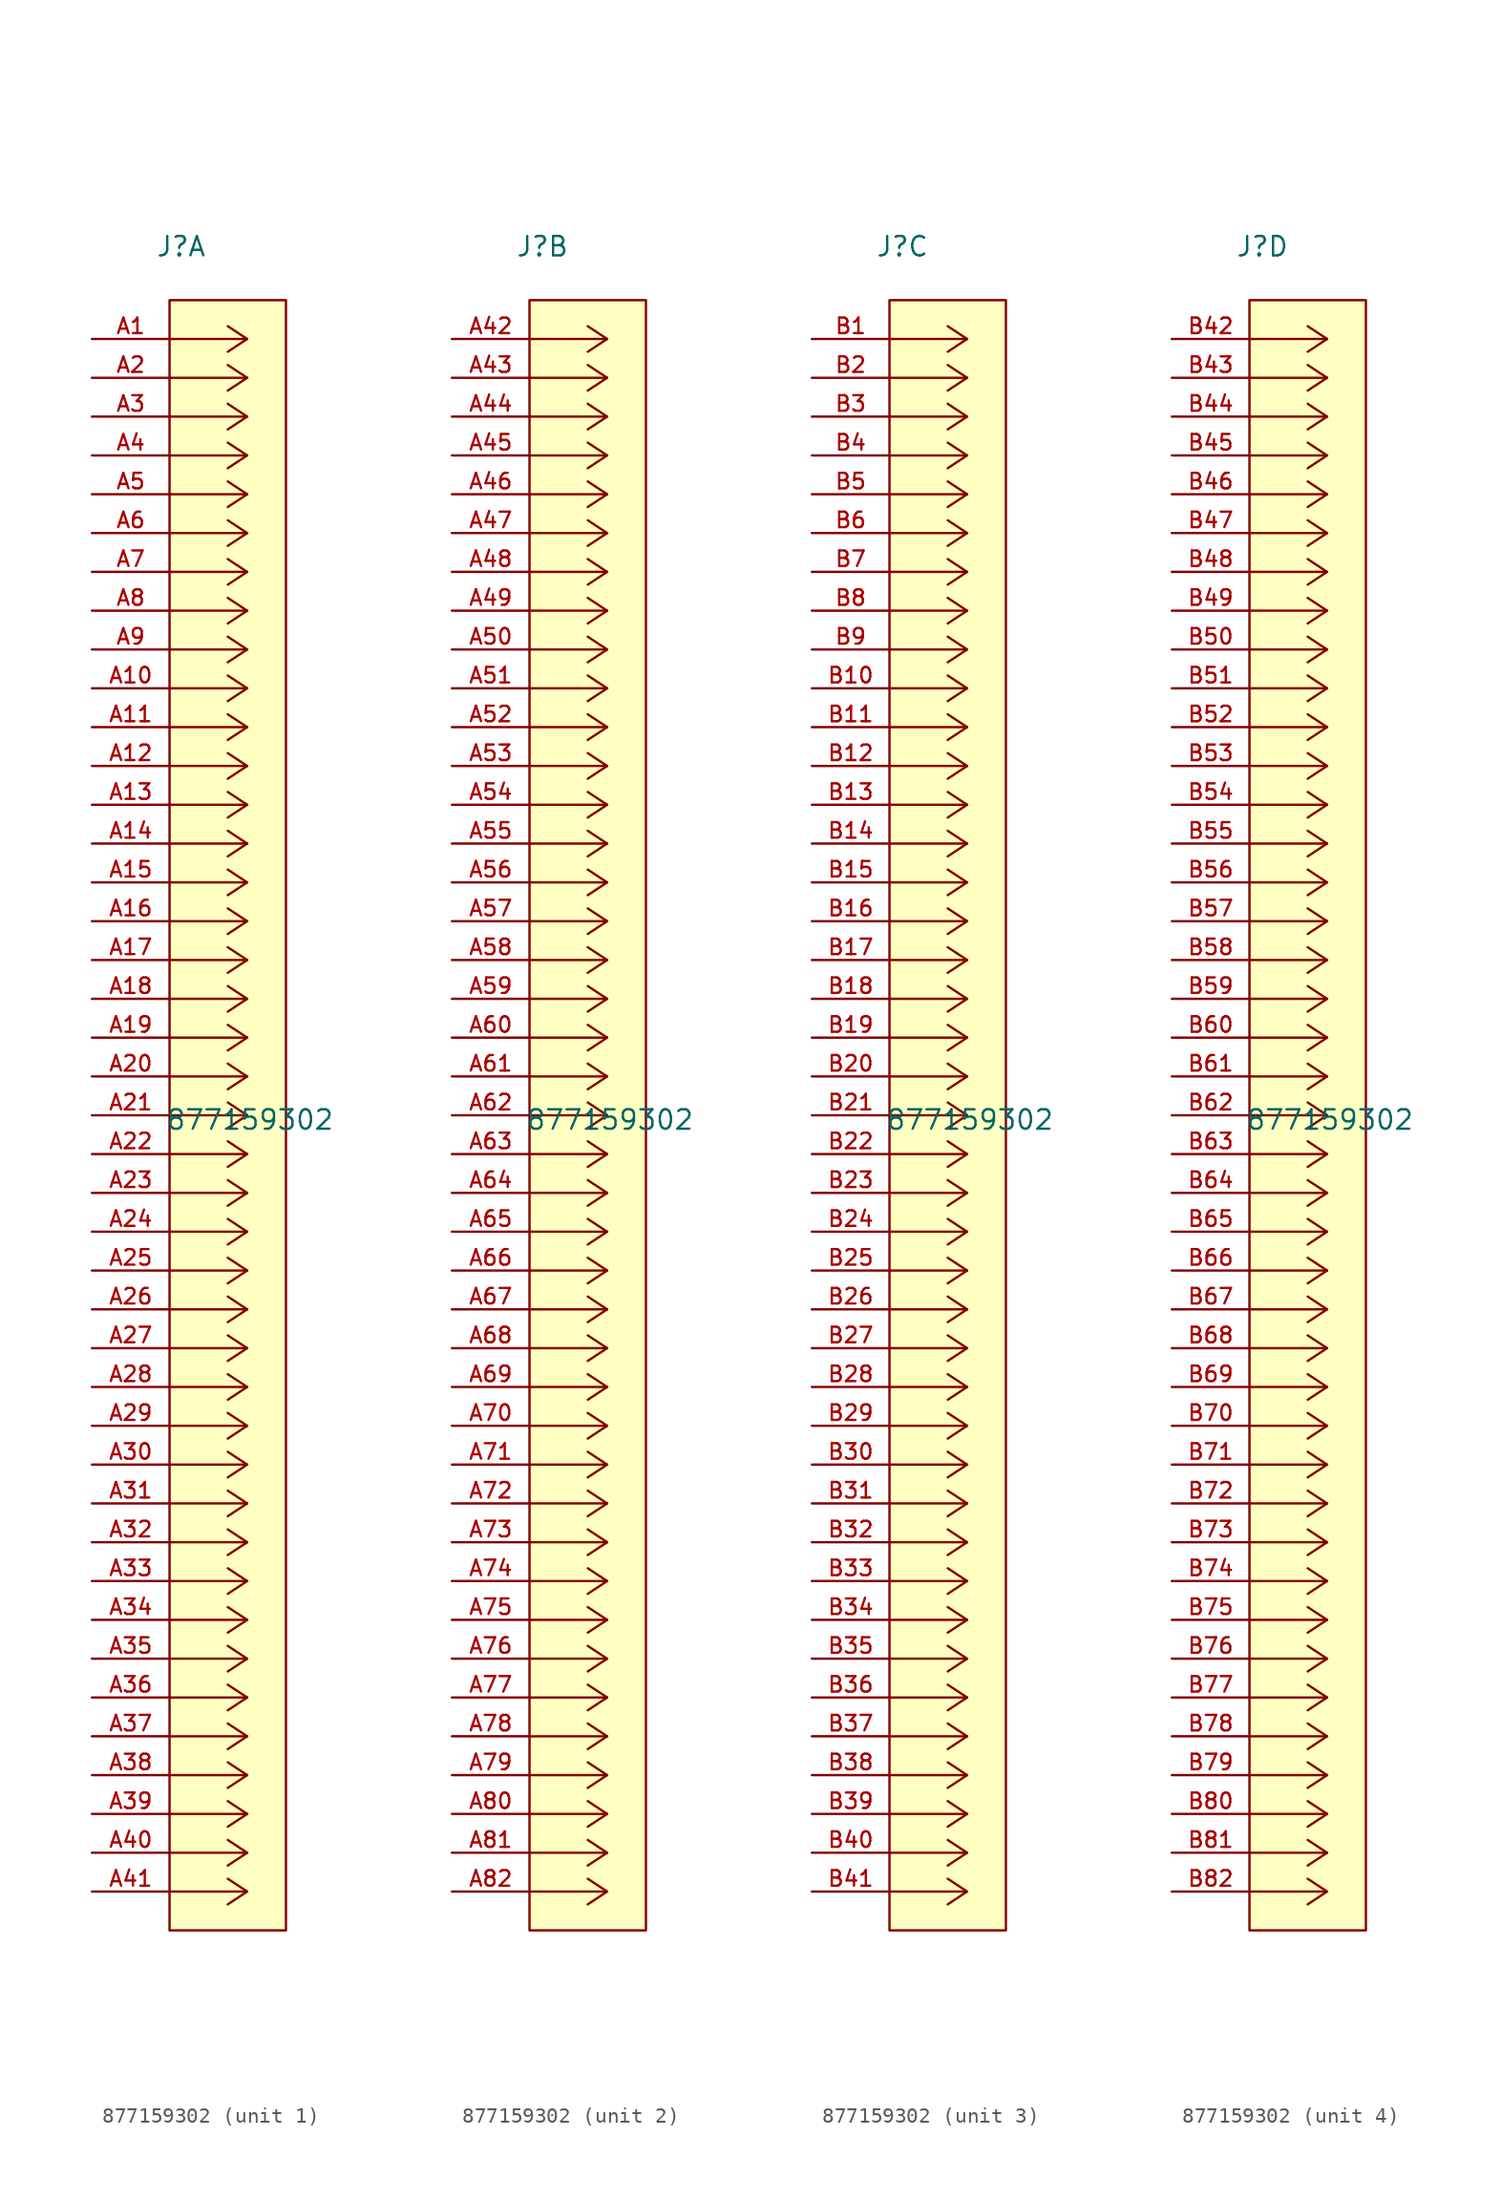
<source format=kicad_sym>
(kicad_symbol_lib
  (version 20211014)
  (generator kicad_symbol_editor)
  (symbol "877159302"
    (pin_names
      (offset 1.016))
    (property "Reference" "J"
      (at 4.166 5.309 0.0)
      (effects (font (size 1.27 1.27)) (justify bottom left)))
    (property "Value" "877159302"
      (at 4.801 -51.841 0.0)
      (effects (font (size 1.27 1.27)) (justify bottom left)))
    (symbol "877159302_1_0"
      (polyline (pts (xy 10.16 0.0) (xy 5.08 0.0)) (stroke (width 0.152)))
      (polyline (pts (xy 10.16 -2.54) (xy 5.08 -2.54)) (stroke (width 0.152)))
      (polyline (pts (xy 10.16 -5.08) (xy 5.08 -5.08)) (stroke (width 0.152)))
      (polyline (pts (xy 10.16 -7.62) (xy 5.08 -7.62)) (stroke (width 0.152)))
      (polyline (pts (xy 10.16 -10.16) (xy 5.08 -10.16)) (stroke (width 0.152)))
      (polyline (pts (xy 10.16 -12.7) (xy 5.08 -12.7)) (stroke (width 0.152)))
      (polyline (pts (xy 10.16 -15.24) (xy 5.08 -15.24)) (stroke (width 0.152)))
      (polyline (pts (xy 10.16 -17.78) (xy 5.08 -17.78)) (stroke (width 0.152)))
      (polyline (pts (xy 10.16 -20.32) (xy 5.08 -20.32)) (stroke (width 0.152)))
      (polyline (pts (xy 10.16 -22.86) (xy 5.08 -22.86)) (stroke (width 0.152)))
      (polyline (pts (xy 10.16 -25.4) (xy 5.08 -25.4)) (stroke (width 0.152)))
      (polyline (pts (xy 10.16 -27.94) (xy 5.08 -27.94)) (stroke (width 0.152)))
      (polyline (pts (xy 10.16 -30.48) (xy 5.08 -30.48)) (stroke (width 0.152)))
      (polyline (pts (xy 10.16 -33.02) (xy 5.08 -33.02)) (stroke (width 0.152)))
      (polyline (pts (xy 10.16 -35.56) (xy 5.08 -35.56)) (stroke (width 0.152)))
      (polyline (pts (xy 10.16 -38.1) (xy 5.08 -38.1)) (stroke (width 0.152)))
      (polyline (pts (xy 10.16 -40.64) (xy 5.08 -40.64)) (stroke (width 0.152)))
      (polyline (pts (xy 10.16 -43.18) (xy 5.08 -43.18)) (stroke (width 0.152)))
      (polyline (pts (xy 10.16 -45.72) (xy 5.08 -45.72)) (stroke (width 0.152)))
      (polyline (pts (xy 10.16 -48.26) (xy 5.08 -48.26)) (stroke (width 0.152)))
      (polyline (pts (xy 10.16 -50.8) (xy 5.08 -50.8)) (stroke (width 0.152)))
      (polyline (pts (xy 10.16 -53.34) (xy 5.08 -53.34)) (stroke (width 0.152)))
      (polyline (pts (xy 10.16 -55.88) (xy 5.08 -55.88)) (stroke (width 0.152)))
      (polyline (pts (xy 10.16 -58.42) (xy 5.08 -58.42)) (stroke (width 0.152)))
      (polyline (pts (xy 10.16 -60.96) (xy 5.08 -60.96)) (stroke (width 0.152)))
      (polyline (pts (xy 10.16 -63.5) (xy 5.08 -63.5)) (stroke (width 0.152)))
      (polyline (pts (xy 10.16 -66.04) (xy 5.08 -66.04)) (stroke (width 0.152)))
      (polyline (pts (xy 10.16 -68.58) (xy 5.08 -68.58)) (stroke (width 0.152)))
      (polyline (pts (xy 10.16 -71.12) (xy 5.08 -71.12)) (stroke (width 0.152)))
      (polyline (pts (xy 10.16 -73.66) (xy 5.08 -73.66)) (stroke (width 0.152)))
      (polyline (pts (xy 10.16 -76.2) (xy 5.08 -76.2)) (stroke (width 0.152)))
      (polyline (pts (xy 10.16 -78.74) (xy 5.08 -78.74)) (stroke (width 0.152)))
      (polyline (pts (xy 10.16 -81.28) (xy 5.08 -81.28)) (stroke (width 0.152)))
      (polyline (pts (xy 10.16 -83.82) (xy 5.08 -83.82)) (stroke (width 0.152)))
      (polyline (pts (xy 10.16 -86.36) (xy 5.08 -86.36)) (stroke (width 0.152)))
      (polyline (pts (xy 10.16 -88.9) (xy 5.08 -88.9)) (stroke (width 0.152)))
      (polyline (pts (xy 10.16 -91.44) (xy 5.08 -91.44)) (stroke (width 0.152)))
      (polyline (pts (xy 10.16 -93.98) (xy 5.08 -93.98)) (stroke (width 0.152)))
      (polyline (pts (xy 10.16 -96.52) (xy 5.08 -96.52)) (stroke (width 0.152)))
      (polyline (pts (xy 10.16 -99.06) (xy 5.08 -99.06)) (stroke (width 0.152)))
      (polyline (pts (xy 10.16 -101.6) (xy 5.08 -101.6)) (stroke (width 0.152)))
      (polyline (pts (xy 10.16 0.0) (xy 8.89 0.838)) (stroke (width 0.152)))
      (polyline (pts (xy 10.16 -2.54) (xy 8.89 -1.702)) (stroke (width 0.152)))
      (polyline (pts (xy 10.16 -5.08) (xy 8.89 -4.242)) (stroke (width 0.152)))
      (polyline (pts (xy 10.16 -7.62) (xy 8.89 -6.782)) (stroke (width 0.152)))
      (polyline (pts (xy 10.16 -10.16) (xy 8.89 -9.322)) (stroke (width 0.152)))
      (polyline (pts (xy 10.16 -12.7) (xy 8.89 -11.862)) (stroke (width 0.152)))
      (polyline (pts (xy 10.16 -15.24) (xy 8.89 -14.402)) (stroke (width 0.152)))
      (polyline (pts (xy 10.16 -17.78) (xy 8.89 -16.942)) (stroke (width 0.152)))
      (polyline (pts (xy 10.16 -20.32) (xy 8.89 -19.482)) (stroke (width 0.152)))
      (polyline (pts (xy 10.16 -22.86) (xy 8.89 -22.022)) (stroke (width 0.152)))
      (polyline (pts (xy 10.16 -25.4) (xy 8.89 -24.562)) (stroke (width 0.152)))
      (polyline (pts (xy 10.16 -27.94) (xy 8.89 -27.102)) (stroke (width 0.152)))
      (polyline (pts (xy 10.16 -30.48) (xy 8.89 -29.642)) (stroke (width 0.152)))
      (polyline (pts (xy 10.16 -33.02) (xy 8.89 -32.182)) (stroke (width 0.152)))
      (polyline (pts (xy 10.16 -35.56) (xy 8.89 -34.722)) (stroke (width 0.152)))
      (polyline (pts (xy 10.16 -38.1) (xy 8.89 -37.262)) (stroke (width 0.152)))
      (polyline (pts (xy 10.16 -40.64) (xy 8.89 -39.802)) (stroke (width 0.152)))
      (polyline (pts (xy 10.16 -43.18) (xy 8.89 -42.342)) (stroke (width 0.152)))
      (polyline (pts (xy 10.16 -45.72) (xy 8.89 -44.882)) (stroke (width 0.152)))
      (polyline (pts (xy 10.16 -48.26) (xy 8.89 -47.422)) (stroke (width 0.152)))
      (polyline (pts (xy 10.16 -50.8) (xy 8.89 -49.962)) (stroke (width 0.152)))
      (polyline (pts (xy 10.16 -53.34) (xy 8.89 -52.502)) (stroke (width 0.152)))
      (polyline (pts (xy 10.16 -55.88) (xy 8.89 -55.042)) (stroke (width 0.152)))
      (polyline (pts (xy 10.16 -58.42) (xy 8.89 -57.582)) (stroke (width 0.152)))
      (polyline (pts (xy 10.16 -60.96) (xy 8.89 -60.122)) (stroke (width 0.152)))
      (polyline (pts (xy 10.16 -63.5) (xy 8.89 -62.662)) (stroke (width 0.152)))
      (polyline (pts (xy 10.16 -66.04) (xy 8.89 -65.202)) (stroke (width 0.152)))
      (polyline (pts (xy 10.16 -68.58) (xy 8.89 -67.742)) (stroke (width 0.152)))
      (polyline (pts (xy 10.16 -71.12) (xy 8.89 -70.282)) (stroke (width 0.152)))
      (polyline (pts (xy 10.16 -73.66) (xy 8.89 -72.822)) (stroke (width 0.152)))
      (polyline (pts (xy 10.16 -76.2) (xy 8.89 -75.362)) (stroke (width 0.152)))
      (polyline (pts (xy 10.16 -78.74) (xy 8.89 -77.902)) (stroke (width 0.152)))
      (polyline (pts (xy 10.16 -81.28) (xy 8.89 -80.442)) (stroke (width 0.152)))
      (polyline (pts (xy 10.16 -83.82) (xy 8.89 -82.982)) (stroke (width 0.152)))
      (polyline (pts (xy 10.16 -86.36) (xy 8.89 -85.522)) (stroke (width 0.152)))
      (polyline (pts (xy 10.16 -88.9) (xy 8.89 -88.062)) (stroke (width 0.152)))
      (polyline (pts (xy 10.16 -91.44) (xy 8.89 -90.602)) (stroke (width 0.152)))
      (polyline (pts (xy 10.16 -93.98) (xy 8.89 -93.142)) (stroke (width 0.152)))
      (polyline (pts (xy 10.16 -96.52) (xy 8.89 -95.682)) (stroke (width 0.152)))
      (polyline (pts (xy 10.16 -99.06) (xy 8.89 -98.222)) (stroke (width 0.152)))
      (polyline (pts (xy 10.16 -101.6) (xy 8.89 -100.762)) (stroke (width 0.152)))
      (polyline (pts (xy 10.16 0.0) (xy 8.89 -0.838)) (stroke (width 0.152)))
      (polyline (pts (xy 10.16 -2.54) (xy 8.89 -3.378)) (stroke (width 0.152)))
      (polyline (pts (xy 10.16 -5.08) (xy 8.89 -5.918)) (stroke (width 0.152)))
      (polyline (pts (xy 10.16 -7.62) (xy 8.89 -8.458)) (stroke (width 0.152)))
      (polyline (pts (xy 10.16 -10.16) (xy 8.89 -10.998)) (stroke (width 0.152)))
      (polyline (pts (xy 10.16 -12.7) (xy 8.89 -13.538)) (stroke (width 0.152)))
      (polyline (pts (xy 10.16 -15.24) (xy 8.89 -16.078)) (stroke (width 0.152)))
      (polyline (pts (xy 10.16 -17.78) (xy 8.89 -18.618)) (stroke (width 0.152)))
      (polyline (pts (xy 10.16 -20.32) (xy 8.89 -21.158)) (stroke (width 0.152)))
      (polyline (pts (xy 10.16 -22.86) (xy 8.89 -23.698)) (stroke (width 0.152)))
      (polyline (pts (xy 10.16 -25.4) (xy 8.89 -26.238)) (stroke (width 0.152)))
      (polyline (pts (xy 10.16 -27.94) (xy 8.89 -28.778)) (stroke (width 0.152)))
      (polyline (pts (xy 10.16 -30.48) (xy 8.89 -31.318)) (stroke (width 0.152)))
      (polyline (pts (xy 10.16 -33.02) (xy 8.89 -33.858)) (stroke (width 0.152)))
      (polyline (pts (xy 10.16 -35.56) (xy 8.89 -36.398)) (stroke (width 0.152)))
      (polyline (pts (xy 10.16 -38.1) (xy 8.89 -38.938)) (stroke (width 0.152)))
      (polyline (pts (xy 10.16 -40.64) (xy 8.89 -41.478)) (stroke (width 0.152)))
      (polyline (pts (xy 10.16 -43.18) (xy 8.89 -44.018)) (stroke (width 0.152)))
      (polyline (pts (xy 10.16 -45.72) (xy 8.89 -46.558)) (stroke (width 0.152)))
      (polyline (pts (xy 10.16 -48.26) (xy 8.89 -49.098)) (stroke (width 0.152)))
      (polyline (pts (xy 10.16 -50.8) (xy 8.89 -51.638)) (stroke (width 0.152)))
      (polyline (pts (xy 10.16 -53.34) (xy 8.89 -54.178)) (stroke (width 0.152)))
      (polyline (pts (xy 10.16 -55.88) (xy 8.89 -56.718)) (stroke (width 0.152)))
      (polyline (pts (xy 10.16 -58.42) (xy 8.89 -59.258)) (stroke (width 0.152)))
      (polyline (pts (xy 10.16 -60.96) (xy 8.89 -61.798)) (stroke (width 0.152)))
      (polyline (pts (xy 10.16 -63.5) (xy 8.89 -64.338)) (stroke (width 0.152)))
      (polyline (pts (xy 10.16 -66.04) (xy 8.89 -66.878)) (stroke (width 0.152)))
      (polyline (pts (xy 10.16 -68.58) (xy 8.89 -69.418)) (stroke (width 0.152)))
      (polyline (pts (xy 10.16 -71.12) (xy 8.89 -71.958)) (stroke (width 0.152)))
      (polyline (pts (xy 10.16 -73.66) (xy 8.89 -74.498)) (stroke (width 0.152)))
      (polyline (pts (xy 10.16 -76.2) (xy 8.89 -77.038)) (stroke (width 0.152)))
      (polyline (pts (xy 10.16 -78.74) (xy 8.89 -79.578)) (stroke (width 0.152)))
      (polyline (pts (xy 10.16 -81.28) (xy 8.89 -82.118)) (stroke (width 0.152)))
      (polyline (pts (xy 10.16 -83.82) (xy 8.89 -84.658)) (stroke (width 0.152)))
      (polyline (pts (xy 10.16 -86.36) (xy 8.89 -87.198)) (stroke (width 0.152)))
      (polyline (pts (xy 10.16 -88.9) (xy 8.89 -89.738)) (stroke (width 0.152)))
      (polyline (pts (xy 10.16 -91.44) (xy 8.89 -92.278)) (stroke (width 0.152)))
      (polyline (pts (xy 10.16 -93.98) (xy 8.89 -94.818)) (stroke (width 0.152)))
      (polyline (pts (xy 10.16 -96.52) (xy 8.89 -97.358)) (stroke (width 0.152)))
      (polyline (pts (xy 10.16 -99.06) (xy 8.89 -99.898)) (stroke (width 0.152)))
      (polyline (pts (xy 10.16 -101.6) (xy 8.89 -102.438)) (stroke (width 0.152)))
      (rectangle (start 5.08 -104.14) (end 12.7 2.54) (stroke (width 0.152)) (fill (type background)))
      (pin passive line (at 0.0 0.0 0) (length 5.08) (name "~" (effects (font (size 1.016 1.016)))) (number "A1" (effects (font (size 1.016 1.016)))))
      (pin passive line (at 0.0 -2.54 0) (length 5.08) (name "~" (effects (font (size 1.016 1.016)))) (number "A2" (effects (font (size 1.016 1.016)))))
      (pin passive line (at 0.0 -5.08 0) (length 5.08) (name "~" (effects (font (size 1.016 1.016)))) (number "A3" (effects (font (size 1.016 1.016)))))
      (pin passive line (at 0.0 -7.62 0) (length 5.08) (name "~" (effects (font (size 1.016 1.016)))) (number "A4" (effects (font (size 1.016 1.016)))))
      (pin passive line (at 0.0 -10.16 0) (length 5.08) (name "~" (effects (font (size 1.016 1.016)))) (number "A5" (effects (font (size 1.016 1.016)))))
      (pin passive line (at 0.0 -12.7 0) (length 5.08) (name "~" (effects (font (size 1.016 1.016)))) (number "A6" (effects (font (size 1.016 1.016)))))
      (pin passive line (at 0.0 -15.24 0) (length 5.08) (name "~" (effects (font (size 1.016 1.016)))) (number "A7" (effects (font (size 1.016 1.016)))))
      (pin passive line (at 0.0 -17.78 0) (length 5.08) (name "~" (effects (font (size 1.016 1.016)))) (number "A8" (effects (font (size 1.016 1.016)))))
      (pin passive line (at 0.0 -20.32 0) (length 5.08) (name "~" (effects (font (size 1.016 1.016)))) (number "A9" (effects (font (size 1.016 1.016)))))
      (pin passive line (at 0.0 -22.86 0) (length 5.08) (name "~" (effects (font (size 1.016 1.016)))) (number "A10" (effects (font (size 1.016 1.016)))))
      (pin passive line (at 0.0 -25.4 0) (length 5.08) (name "~" (effects (font (size 1.016 1.016)))) (number "A11" (effects (font (size 1.016 1.016)))))
      (pin passive line (at 0.0 -27.94 0) (length 5.08) (name "~" (effects (font (size 1.016 1.016)))) (number "A12" (effects (font (size 1.016 1.016)))))
      (pin passive line (at 0.0 -30.48 0) (length 5.08) (name "~" (effects (font (size 1.016 1.016)))) (number "A13" (effects (font (size 1.016 1.016)))))
      (pin passive line (at 0.0 -33.02 0) (length 5.08) (name "~" (effects (font (size 1.016 1.016)))) (number "A14" (effects (font (size 1.016 1.016)))))
      (pin passive line (at 0.0 -35.56 0) (length 5.08) (name "~" (effects (font (size 1.016 1.016)))) (number "A15" (effects (font (size 1.016 1.016)))))
      (pin passive line (at 0.0 -38.1 0) (length 5.08) (name "~" (effects (font (size 1.016 1.016)))) (number "A16" (effects (font (size 1.016 1.016)))))
      (pin passive line (at 0.0 -40.64 0) (length 5.08) (name "~" (effects (font (size 1.016 1.016)))) (number "A17" (effects (font (size 1.016 1.016)))))
      (pin passive line (at 0.0 -43.18 0) (length 5.08) (name "~" (effects (font (size 1.016 1.016)))) (number "A18" (effects (font (size 1.016 1.016)))))
      (pin passive line (at 0.0 -45.72 0) (length 5.08) (name "~" (effects (font (size 1.016 1.016)))) (number "A19" (effects (font (size 1.016 1.016)))))
      (pin passive line (at 0.0 -48.26 0) (length 5.08) (name "~" (effects (font (size 1.016 1.016)))) (number "A20" (effects (font (size 1.016 1.016)))))
      (pin passive line (at 0.0 -50.8 0) (length 5.08) (name "~" (effects (font (size 1.016 1.016)))) (number "A21" (effects (font (size 1.016 1.016)))))
      (pin passive line (at 0.0 -53.34 0) (length 5.08) (name "~" (effects (font (size 1.016 1.016)))) (number "A22" (effects (font (size 1.016 1.016)))))
      (pin passive line (at 0.0 -55.88 0) (length 5.08) (name "~" (effects (font (size 1.016 1.016)))) (number "A23" (effects (font (size 1.016 1.016)))))
      (pin passive line (at 0.0 -58.42 0) (length 5.08) (name "~" (effects (font (size 1.016 1.016)))) (number "A24" (effects (font (size 1.016 1.016)))))
      (pin passive line (at 0.0 -60.96 0) (length 5.08) (name "~" (effects (font (size 1.016 1.016)))) (number "A25" (effects (font (size 1.016 1.016)))))
      (pin passive line (at 0.0 -63.5 0) (length 5.08) (name "~" (effects (font (size 1.016 1.016)))) (number "A26" (effects (font (size 1.016 1.016)))))
      (pin passive line (at 0.0 -66.04 0) (length 5.08) (name "~" (effects (font (size 1.016 1.016)))) (number "A27" (effects (font (size 1.016 1.016)))))
      (pin passive line (at 0.0 -68.58 0) (length 5.08) (name "~" (effects (font (size 1.016 1.016)))) (number "A28" (effects (font (size 1.016 1.016)))))
      (pin passive line (at 0.0 -71.12 0) (length 5.08) (name "~" (effects (font (size 1.016 1.016)))) (number "A29" (effects (font (size 1.016 1.016)))))
      (pin passive line (at 0.0 -73.66 0) (length 5.08) (name "~" (effects (font (size 1.016 1.016)))) (number "A30" (effects (font (size 1.016 1.016)))))
      (pin passive line (at 0.0 -76.2 0) (length 5.08) (name "~" (effects (font (size 1.016 1.016)))) (number "A31" (effects (font (size 1.016 1.016)))))
      (pin passive line (at 0.0 -78.74 0) (length 5.08) (name "~" (effects (font (size 1.016 1.016)))) (number "A32" (effects (font (size 1.016 1.016)))))
      (pin passive line (at 0.0 -81.28 0) (length 5.08) (name "~" (effects (font (size 1.016 1.016)))) (number "A33" (effects (font (size 1.016 1.016)))))
      (pin passive line (at 0.0 -83.82 0) (length 5.08) (name "~" (effects (font (size 1.016 1.016)))) (number "A34" (effects (font (size 1.016 1.016)))))
      (pin passive line (at 0.0 -86.36 0) (length 5.08) (name "~" (effects (font (size 1.016 1.016)))) (number "A35" (effects (font (size 1.016 1.016)))))
      (pin passive line (at 0.0 -88.9 0) (length 5.08) (name "~" (effects (font (size 1.016 1.016)))) (number "A36" (effects (font (size 1.016 1.016)))))
      (pin passive line (at 0.0 -91.44 0) (length 5.08) (name "~" (effects (font (size 1.016 1.016)))) (number "A37" (effects (font (size 1.016 1.016)))))
      (pin passive line (at 0.0 -93.98 0) (length 5.08) (name "~" (effects (font (size 1.016 1.016)))) (number "A38" (effects (font (size 1.016 1.016)))))
      (pin passive line (at 0.0 -96.52 0) (length 5.08) (name "~" (effects (font (size 1.016 1.016)))) (number "A39" (effects (font (size 1.016 1.016)))))
      (pin passive line (at 0.0 -99.06 0) (length 5.08) (name "~" (effects (font (size 1.016 1.016)))) (number "A40" (effects (font (size 1.016 1.016)))))
      (pin passive line (at 0.0 -101.6 0) (length 5.08) (name "~" (effects (font (size 1.016 1.016)))) (number "A41" (effects (font (size 1.016 1.016))))))
    (symbol "877159302_2_0"
      (polyline (pts (xy 10.16 0.0) (xy 5.08 0.0)) (stroke (width 0.152)))
      (polyline (pts (xy 10.16 -2.54) (xy 5.08 -2.54)) (stroke (width 0.152)))
      (polyline (pts (xy 10.16 -5.08) (xy 5.08 -5.08)) (stroke (width 0.152)))
      (polyline (pts (xy 10.16 -7.62) (xy 5.08 -7.62)) (stroke (width 0.152)))
      (polyline (pts (xy 10.16 -10.16) (xy 5.08 -10.16)) (stroke (width 0.152)))
      (polyline (pts (xy 10.16 -12.7) (xy 5.08 -12.7)) (stroke (width 0.152)))
      (polyline (pts (xy 10.16 -15.24) (xy 5.08 -15.24)) (stroke (width 0.152)))
      (polyline (pts (xy 10.16 -17.78) (xy 5.08 -17.78)) (stroke (width 0.152)))
      (polyline (pts (xy 10.16 -20.32) (xy 5.08 -20.32)) (stroke (width 0.152)))
      (polyline (pts (xy 10.16 -22.86) (xy 5.08 -22.86)) (stroke (width 0.152)))
      (polyline (pts (xy 10.16 -25.4) (xy 5.08 -25.4)) (stroke (width 0.152)))
      (polyline (pts (xy 10.16 -27.94) (xy 5.08 -27.94)) (stroke (width 0.152)))
      (polyline (pts (xy 10.16 -30.48) (xy 5.08 -30.48)) (stroke (width 0.152)))
      (polyline (pts (xy 10.16 -33.02) (xy 5.08 -33.02)) (stroke (width 0.152)))
      (polyline (pts (xy 10.16 -35.56) (xy 5.08 -35.56)) (stroke (width 0.152)))
      (polyline (pts (xy 10.16 -38.1) (xy 5.08 -38.1)) (stroke (width 0.152)))
      (polyline (pts (xy 10.16 -40.64) (xy 5.08 -40.64)) (stroke (width 0.152)))
      (polyline (pts (xy 10.16 -43.18) (xy 5.08 -43.18)) (stroke (width 0.152)))
      (polyline (pts (xy 10.16 -45.72) (xy 5.08 -45.72)) (stroke (width 0.152)))
      (polyline (pts (xy 10.16 -48.26) (xy 5.08 -48.26)) (stroke (width 0.152)))
      (polyline (pts (xy 10.16 -50.8) (xy 5.08 -50.8)) (stroke (width 0.152)))
      (polyline (pts (xy 10.16 -53.34) (xy 5.08 -53.34)) (stroke (width 0.152)))
      (polyline (pts (xy 10.16 -55.88) (xy 5.08 -55.88)) (stroke (width 0.152)))
      (polyline (pts (xy 10.16 -58.42) (xy 5.08 -58.42)) (stroke (width 0.152)))
      (polyline (pts (xy 10.16 -60.96) (xy 5.08 -60.96)) (stroke (width 0.152)))
      (polyline (pts (xy 10.16 -63.5) (xy 5.08 -63.5)) (stroke (width 0.152)))
      (polyline (pts (xy 10.16 -66.04) (xy 5.08 -66.04)) (stroke (width 0.152)))
      (polyline (pts (xy 10.16 -68.58) (xy 5.08 -68.58)) (stroke (width 0.152)))
      (polyline (pts (xy 10.16 -71.12) (xy 5.08 -71.12)) (stroke (width 0.152)))
      (polyline (pts (xy 10.16 -73.66) (xy 5.08 -73.66)) (stroke (width 0.152)))
      (polyline (pts (xy 10.16 -76.2) (xy 5.08 -76.2)) (stroke (width 0.152)))
      (polyline (pts (xy 10.16 -78.74) (xy 5.08 -78.74)) (stroke (width 0.152)))
      (polyline (pts (xy 10.16 -81.28) (xy 5.08 -81.28)) (stroke (width 0.152)))
      (polyline (pts (xy 10.16 -83.82) (xy 5.08 -83.82)) (stroke (width 0.152)))
      (polyline (pts (xy 10.16 -86.36) (xy 5.08 -86.36)) (stroke (width 0.152)))
      (polyline (pts (xy 10.16 -88.9) (xy 5.08 -88.9)) (stroke (width 0.152)))
      (polyline (pts (xy 10.16 -91.44) (xy 5.08 -91.44)) (stroke (width 0.152)))
      (polyline (pts (xy 10.16 -93.98) (xy 5.08 -93.98)) (stroke (width 0.152)))
      (polyline (pts (xy 10.16 -96.52) (xy 5.08 -96.52)) (stroke (width 0.152)))
      (polyline (pts (xy 10.16 -99.06) (xy 5.08 -99.06)) (stroke (width 0.152)))
      (polyline (pts (xy 10.16 -101.6) (xy 5.08 -101.6)) (stroke (width 0.152)))
      (polyline (pts (xy 10.16 0.0) (xy 8.89 0.838)) (stroke (width 0.152)))
      (polyline (pts (xy 10.16 -2.54) (xy 8.89 -1.702)) (stroke (width 0.152)))
      (polyline (pts (xy 10.16 -5.08) (xy 8.89 -4.242)) (stroke (width 0.152)))
      (polyline (pts (xy 10.16 -7.62) (xy 8.89 -6.782)) (stroke (width 0.152)))
      (polyline (pts (xy 10.16 -10.16) (xy 8.89 -9.322)) (stroke (width 0.152)))
      (polyline (pts (xy 10.16 -12.7) (xy 8.89 -11.862)) (stroke (width 0.152)))
      (polyline (pts (xy 10.16 -15.24) (xy 8.89 -14.402)) (stroke (width 0.152)))
      (polyline (pts (xy 10.16 -17.78) (xy 8.89 -16.942)) (stroke (width 0.152)))
      (polyline (pts (xy 10.16 -20.32) (xy 8.89 -19.482)) (stroke (width 0.152)))
      (polyline (pts (xy 10.16 -22.86) (xy 8.89 -22.022)) (stroke (width 0.152)))
      (polyline (pts (xy 10.16 -25.4) (xy 8.89 -24.562)) (stroke (width 0.152)))
      (polyline (pts (xy 10.16 -27.94) (xy 8.89 -27.102)) (stroke (width 0.152)))
      (polyline (pts (xy 10.16 -30.48) (xy 8.89 -29.642)) (stroke (width 0.152)))
      (polyline (pts (xy 10.16 -33.02) (xy 8.89 -32.182)) (stroke (width 0.152)))
      (polyline (pts (xy 10.16 -35.56) (xy 8.89 -34.722)) (stroke (width 0.152)))
      (polyline (pts (xy 10.16 -38.1) (xy 8.89 -37.262)) (stroke (width 0.152)))
      (polyline (pts (xy 10.16 -40.64) (xy 8.89 -39.802)) (stroke (width 0.152)))
      (polyline (pts (xy 10.16 -43.18) (xy 8.89 -42.342)) (stroke (width 0.152)))
      (polyline (pts (xy 10.16 -45.72) (xy 8.89 -44.882)) (stroke (width 0.152)))
      (polyline (pts (xy 10.16 -48.26) (xy 8.89 -47.422)) (stroke (width 0.152)))
      (polyline (pts (xy 10.16 -50.8) (xy 8.89 -49.962)) (stroke (width 0.152)))
      (polyline (pts (xy 10.16 -53.34) (xy 8.89 -52.502)) (stroke (width 0.152)))
      (polyline (pts (xy 10.16 -55.88) (xy 8.89 -55.042)) (stroke (width 0.152)))
      (polyline (pts (xy 10.16 -58.42) (xy 8.89 -57.582)) (stroke (width 0.152)))
      (polyline (pts (xy 10.16 -60.96) (xy 8.89 -60.122)) (stroke (width 0.152)))
      (polyline (pts (xy 10.16 -63.5) (xy 8.89 -62.662)) (stroke (width 0.152)))
      (polyline (pts (xy 10.16 -66.04) (xy 8.89 -65.202)) (stroke (width 0.152)))
      (polyline (pts (xy 10.16 -68.58) (xy 8.89 -67.742)) (stroke (width 0.152)))
      (polyline (pts (xy 10.16 -71.12) (xy 8.89 -70.282)) (stroke (width 0.152)))
      (polyline (pts (xy 10.16 -73.66) (xy 8.89 -72.822)) (stroke (width 0.152)))
      (polyline (pts (xy 10.16 -76.2) (xy 8.89 -75.362)) (stroke (width 0.152)))
      (polyline (pts (xy 10.16 -78.74) (xy 8.89 -77.902)) (stroke (width 0.152)))
      (polyline (pts (xy 10.16 -81.28) (xy 8.89 -80.442)) (stroke (width 0.152)))
      (polyline (pts (xy 10.16 -83.82) (xy 8.89 -82.982)) (stroke (width 0.152)))
      (polyline (pts (xy 10.16 -86.36) (xy 8.89 -85.522)) (stroke (width 0.152)))
      (polyline (pts (xy 10.16 -88.9) (xy 8.89 -88.062)) (stroke (width 0.152)))
      (polyline (pts (xy 10.16 -91.44) (xy 8.89 -90.602)) (stroke (width 0.152)))
      (polyline (pts (xy 10.16 -93.98) (xy 8.89 -93.142)) (stroke (width 0.152)))
      (polyline (pts (xy 10.16 -96.52) (xy 8.89 -95.682)) (stroke (width 0.152)))
      (polyline (pts (xy 10.16 -99.06) (xy 8.89 -98.222)) (stroke (width 0.152)))
      (polyline (pts (xy 10.16 -101.6) (xy 8.89 -100.762)) (stroke (width 0.152)))
      (polyline (pts (xy 10.16 0.0) (xy 8.89 -0.838)) (stroke (width 0.152)))
      (polyline (pts (xy 10.16 -2.54) (xy 8.89 -3.378)) (stroke (width 0.152)))
      (polyline (pts (xy 10.16 -5.08) (xy 8.89 -5.918)) (stroke (width 0.152)))
      (polyline (pts (xy 10.16 -7.62) (xy 8.89 -8.458)) (stroke (width 0.152)))
      (polyline (pts (xy 10.16 -10.16) (xy 8.89 -10.998)) (stroke (width 0.152)))
      (polyline (pts (xy 10.16 -12.7) (xy 8.89 -13.538)) (stroke (width 0.152)))
      (polyline (pts (xy 10.16 -15.24) (xy 8.89 -16.078)) (stroke (width 0.152)))
      (polyline (pts (xy 10.16 -17.78) (xy 8.89 -18.618)) (stroke (width 0.152)))
      (polyline (pts (xy 10.16 -20.32) (xy 8.89 -21.158)) (stroke (width 0.152)))
      (polyline (pts (xy 10.16 -22.86) (xy 8.89 -23.698)) (stroke (width 0.152)))
      (polyline (pts (xy 10.16 -25.4) (xy 8.89 -26.238)) (stroke (width 0.152)))
      (polyline (pts (xy 10.16 -27.94) (xy 8.89 -28.778)) (stroke (width 0.152)))
      (polyline (pts (xy 10.16 -30.48) (xy 8.89 -31.318)) (stroke (width 0.152)))
      (polyline (pts (xy 10.16 -33.02) (xy 8.89 -33.858)) (stroke (width 0.152)))
      (polyline (pts (xy 10.16 -35.56) (xy 8.89 -36.398)) (stroke (width 0.152)))
      (polyline (pts (xy 10.16 -38.1) (xy 8.89 -38.938)) (stroke (width 0.152)))
      (polyline (pts (xy 10.16 -40.64) (xy 8.89 -41.478)) (stroke (width 0.152)))
      (polyline (pts (xy 10.16 -43.18) (xy 8.89 -44.018)) (stroke (width 0.152)))
      (polyline (pts (xy 10.16 -45.72) (xy 8.89 -46.558)) (stroke (width 0.152)))
      (polyline (pts (xy 10.16 -48.26) (xy 8.89 -49.098)) (stroke (width 0.152)))
      (polyline (pts (xy 10.16 -50.8) (xy 8.89 -51.638)) (stroke (width 0.152)))
      (polyline (pts (xy 10.16 -53.34) (xy 8.89 -54.178)) (stroke (width 0.152)))
      (polyline (pts (xy 10.16 -55.88) (xy 8.89 -56.718)) (stroke (width 0.152)))
      (polyline (pts (xy 10.16 -58.42) (xy 8.89 -59.258)) (stroke (width 0.152)))
      (polyline (pts (xy 10.16 -60.96) (xy 8.89 -61.798)) (stroke (width 0.152)))
      (polyline (pts (xy 10.16 -63.5) (xy 8.89 -64.338)) (stroke (width 0.152)))
      (polyline (pts (xy 10.16 -66.04) (xy 8.89 -66.878)) (stroke (width 0.152)))
      (polyline (pts (xy 10.16 -68.58) (xy 8.89 -69.418)) (stroke (width 0.152)))
      (polyline (pts (xy 10.16 -71.12) (xy 8.89 -71.958)) (stroke (width 0.152)))
      (polyline (pts (xy 10.16 -73.66) (xy 8.89 -74.498)) (stroke (width 0.152)))
      (polyline (pts (xy 10.16 -76.2) (xy 8.89 -77.038)) (stroke (width 0.152)))
      (polyline (pts (xy 10.16 -78.74) (xy 8.89 -79.578)) (stroke (width 0.152)))
      (polyline (pts (xy 10.16 -81.28) (xy 8.89 -82.118)) (stroke (width 0.152)))
      (polyline (pts (xy 10.16 -83.82) (xy 8.89 -84.658)) (stroke (width 0.152)))
      (polyline (pts (xy 10.16 -86.36) (xy 8.89 -87.198)) (stroke (width 0.152)))
      (polyline (pts (xy 10.16 -88.9) (xy 8.89 -89.738)) (stroke (width 0.152)))
      (polyline (pts (xy 10.16 -91.44) (xy 8.89 -92.278)) (stroke (width 0.152)))
      (polyline (pts (xy 10.16 -93.98) (xy 8.89 -94.818)) (stroke (width 0.152)))
      (polyline (pts (xy 10.16 -96.52) (xy 8.89 -97.358)) (stroke (width 0.152)))
      (polyline (pts (xy 10.16 -99.06) (xy 8.89 -99.898)) (stroke (width 0.152)))
      (polyline (pts (xy 10.16 -101.6) (xy 8.89 -102.438)) (stroke (width 0.152)))
      (rectangle (start 5.08 -104.14) (end 12.7 2.54) (stroke (width 0.152)) (fill (type background)))
      (pin passive line (at 0.0 0.0 0) (length 5.08) (name "~" (effects (font (size 1.016 1.016)))) (number "A42" (effects (font (size 1.016 1.016)))))
      (pin passive line (at 0.0 -2.54 0) (length 5.08) (name "~" (effects (font (size 1.016 1.016)))) (number "A43" (effects (font (size 1.016 1.016)))))
      (pin passive line (at 0.0 -5.08 0) (length 5.08) (name "~" (effects (font (size 1.016 1.016)))) (number "A44" (effects (font (size 1.016 1.016)))))
      (pin passive line (at 0.0 -7.62 0) (length 5.08) (name "~" (effects (font (size 1.016 1.016)))) (number "A45" (effects (font (size 1.016 1.016)))))
      (pin passive line (at 0.0 -10.16 0) (length 5.08) (name "~" (effects (font (size 1.016 1.016)))) (number "A46" (effects (font (size 1.016 1.016)))))
      (pin passive line (at 0.0 -12.7 0) (length 5.08) (name "~" (effects (font (size 1.016 1.016)))) (number "A47" (effects (font (size 1.016 1.016)))))
      (pin passive line (at 0.0 -15.24 0) (length 5.08) (name "~" (effects (font (size 1.016 1.016)))) (number "A48" (effects (font (size 1.016 1.016)))))
      (pin passive line (at 0.0 -17.78 0) (length 5.08) (name "~" (effects (font (size 1.016 1.016)))) (number "A49" (effects (font (size 1.016 1.016)))))
      (pin passive line (at 0.0 -20.32 0) (length 5.08) (name "~" (effects (font (size 1.016 1.016)))) (number "A50" (effects (font (size 1.016 1.016)))))
      (pin passive line (at 0.0 -22.86 0) (length 5.08) (name "~" (effects (font (size 1.016 1.016)))) (number "A51" (effects (font (size 1.016 1.016)))))
      (pin passive line (at 0.0 -25.4 0) (length 5.08) (name "~" (effects (font (size 1.016 1.016)))) (number "A52" (effects (font (size 1.016 1.016)))))
      (pin passive line (at 0.0 -27.94 0) (length 5.08) (name "~" (effects (font (size 1.016 1.016)))) (number "A53" (effects (font (size 1.016 1.016)))))
      (pin passive line (at 0.0 -30.48 0) (length 5.08) (name "~" (effects (font (size 1.016 1.016)))) (number "A54" (effects (font (size 1.016 1.016)))))
      (pin passive line (at 0.0 -33.02 0) (length 5.08) (name "~" (effects (font (size 1.016 1.016)))) (number "A55" (effects (font (size 1.016 1.016)))))
      (pin passive line (at 0.0 -35.56 0) (length 5.08) (name "~" (effects (font (size 1.016 1.016)))) (number "A56" (effects (font (size 1.016 1.016)))))
      (pin passive line (at 0.0 -38.1 0) (length 5.08) (name "~" (effects (font (size 1.016 1.016)))) (number "A57" (effects (font (size 1.016 1.016)))))
      (pin passive line (at 0.0 -40.64 0) (length 5.08) (name "~" (effects (font (size 1.016 1.016)))) (number "A58" (effects (font (size 1.016 1.016)))))
      (pin passive line (at 0.0 -43.18 0) (length 5.08) (name "~" (effects (font (size 1.016 1.016)))) (number "A59" (effects (font (size 1.016 1.016)))))
      (pin passive line (at 0.0 -45.72 0) (length 5.08) (name "~" (effects (font (size 1.016 1.016)))) (number "A60" (effects (font (size 1.016 1.016)))))
      (pin passive line (at 0.0 -48.26 0) (length 5.08) (name "~" (effects (font (size 1.016 1.016)))) (number "A61" (effects (font (size 1.016 1.016)))))
      (pin passive line (at 0.0 -50.8 0) (length 5.08) (name "~" (effects (font (size 1.016 1.016)))) (number "A62" (effects (font (size 1.016 1.016)))))
      (pin passive line (at 0.0 -53.34 0) (length 5.08) (name "~" (effects (font (size 1.016 1.016)))) (number "A63" (effects (font (size 1.016 1.016)))))
      (pin passive line (at 0.0 -55.88 0) (length 5.08) (name "~" (effects (font (size 1.016 1.016)))) (number "A64" (effects (font (size 1.016 1.016)))))
      (pin passive line (at 0.0 -58.42 0) (length 5.08) (name "~" (effects (font (size 1.016 1.016)))) (number "A65" (effects (font (size 1.016 1.016)))))
      (pin passive line (at 0.0 -60.96 0) (length 5.08) (name "~" (effects (font (size 1.016 1.016)))) (number "A66" (effects (font (size 1.016 1.016)))))
      (pin passive line (at 0.0 -63.5 0) (length 5.08) (name "~" (effects (font (size 1.016 1.016)))) (number "A67" (effects (font (size 1.016 1.016)))))
      (pin passive line (at 0.0 -66.04 0) (length 5.08) (name "~" (effects (font (size 1.016 1.016)))) (number "A68" (effects (font (size 1.016 1.016)))))
      (pin passive line (at 0.0 -68.58 0) (length 5.08) (name "~" (effects (font (size 1.016 1.016)))) (number "A69" (effects (font (size 1.016 1.016)))))
      (pin passive line (at 0.0 -71.12 0) (length 5.08) (name "~" (effects (font (size 1.016 1.016)))) (number "A70" (effects (font (size 1.016 1.016)))))
      (pin passive line (at 0.0 -73.66 0) (length 5.08) (name "~" (effects (font (size 1.016 1.016)))) (number "A71" (effects (font (size 1.016 1.016)))))
      (pin passive line (at 0.0 -76.2 0) (length 5.08) (name "~" (effects (font (size 1.016 1.016)))) (number "A72" (effects (font (size 1.016 1.016)))))
      (pin passive line (at 0.0 -78.74 0) (length 5.08) (name "~" (effects (font (size 1.016 1.016)))) (number "A73" (effects (font (size 1.016 1.016)))))
      (pin passive line (at 0.0 -81.28 0) (length 5.08) (name "~" (effects (font (size 1.016 1.016)))) (number "A74" (effects (font (size 1.016 1.016)))))
      (pin passive line (at 0.0 -83.82 0) (length 5.08) (name "~" (effects (font (size 1.016 1.016)))) (number "A75" (effects (font (size 1.016 1.016)))))
      (pin passive line (at 0.0 -86.36 0) (length 5.08) (name "~" (effects (font (size 1.016 1.016)))) (number "A76" (effects (font (size 1.016 1.016)))))
      (pin passive line (at 0.0 -88.9 0) (length 5.08) (name "~" (effects (font (size 1.016 1.016)))) (number "A77" (effects (font (size 1.016 1.016)))))
      (pin passive line (at 0.0 -91.44 0) (length 5.08) (name "~" (effects (font (size 1.016 1.016)))) (number "A78" (effects (font (size 1.016 1.016)))))
      (pin passive line (at 0.0 -93.98 0) (length 5.08) (name "~" (effects (font (size 1.016 1.016)))) (number "A79" (effects (font (size 1.016 1.016)))))
      (pin passive line (at 0.0 -96.52 0) (length 5.08) (name "~" (effects (font (size 1.016 1.016)))) (number "A80" (effects (font (size 1.016 1.016)))))
      (pin passive line (at 0.0 -99.06 0) (length 5.08) (name "~" (effects (font (size 1.016 1.016)))) (number "A81" (effects (font (size 1.016 1.016)))))
      (pin passive line (at 0.0 -101.6 0) (length 5.08) (name "~" (effects (font (size 1.016 1.016)))) (number "A82" (effects (font (size 1.016 1.016))))))
    (symbol "877159302_3_0"
      (polyline (pts (xy 10.16 0.0) (xy 5.08 0.0)) (stroke (width 0.152)))
      (polyline (pts (xy 10.16 -2.54) (xy 5.08 -2.54)) (stroke (width 0.152)))
      (polyline (pts (xy 10.16 -5.08) (xy 5.08 -5.08)) (stroke (width 0.152)))
      (polyline (pts (xy 10.16 -7.62) (xy 5.08 -7.62)) (stroke (width 0.152)))
      (polyline (pts (xy 10.16 -10.16) (xy 5.08 -10.16)) (stroke (width 0.152)))
      (polyline (pts (xy 10.16 -12.7) (xy 5.08 -12.7)) (stroke (width 0.152)))
      (polyline (pts (xy 10.16 -15.24) (xy 5.08 -15.24)) (stroke (width 0.152)))
      (polyline (pts (xy 10.16 -17.78) (xy 5.08 -17.78)) (stroke (width 0.152)))
      (polyline (pts (xy 10.16 -20.32) (xy 5.08 -20.32)) (stroke (width 0.152)))
      (polyline (pts (xy 10.16 -22.86) (xy 5.08 -22.86)) (stroke (width 0.152)))
      (polyline (pts (xy 10.16 -25.4) (xy 5.08 -25.4)) (stroke (width 0.152)))
      (polyline (pts (xy 10.16 -27.94) (xy 5.08 -27.94)) (stroke (width 0.152)))
      (polyline (pts (xy 10.16 -30.48) (xy 5.08 -30.48)) (stroke (width 0.152)))
      (polyline (pts (xy 10.16 -33.02) (xy 5.08 -33.02)) (stroke (width 0.152)))
      (polyline (pts (xy 10.16 -35.56) (xy 5.08 -35.56)) (stroke (width 0.152)))
      (polyline (pts (xy 10.16 -38.1) (xy 5.08 -38.1)) (stroke (width 0.152)))
      (polyline (pts (xy 10.16 -40.64) (xy 5.08 -40.64)) (stroke (width 0.152)))
      (polyline (pts (xy 10.16 -43.18) (xy 5.08 -43.18)) (stroke (width 0.152)))
      (polyline (pts (xy 10.16 -45.72) (xy 5.08 -45.72)) (stroke (width 0.152)))
      (polyline (pts (xy 10.16 -48.26) (xy 5.08 -48.26)) (stroke (width 0.152)))
      (polyline (pts (xy 10.16 -50.8) (xy 5.08 -50.8)) (stroke (width 0.152)))
      (polyline (pts (xy 10.16 -53.34) (xy 5.08 -53.34)) (stroke (width 0.152)))
      (polyline (pts (xy 10.16 -55.88) (xy 5.08 -55.88)) (stroke (width 0.152)))
      (polyline (pts (xy 10.16 -58.42) (xy 5.08 -58.42)) (stroke (width 0.152)))
      (polyline (pts (xy 10.16 -60.96) (xy 5.08 -60.96)) (stroke (width 0.152)))
      (polyline (pts (xy 10.16 -63.5) (xy 5.08 -63.5)) (stroke (width 0.152)))
      (polyline (pts (xy 10.16 -66.04) (xy 5.08 -66.04)) (stroke (width 0.152)))
      (polyline (pts (xy 10.16 -68.58) (xy 5.08 -68.58)) (stroke (width 0.152)))
      (polyline (pts (xy 10.16 -71.12) (xy 5.08 -71.12)) (stroke (width 0.152)))
      (polyline (pts (xy 10.16 -73.66) (xy 5.08 -73.66)) (stroke (width 0.152)))
      (polyline (pts (xy 10.16 -76.2) (xy 5.08 -76.2)) (stroke (width 0.152)))
      (polyline (pts (xy 10.16 -78.74) (xy 5.08 -78.74)) (stroke (width 0.152)))
      (polyline (pts (xy 10.16 -81.28) (xy 5.08 -81.28)) (stroke (width 0.152)))
      (polyline (pts (xy 10.16 -83.82) (xy 5.08 -83.82)) (stroke (width 0.152)))
      (polyline (pts (xy 10.16 -86.36) (xy 5.08 -86.36)) (stroke (width 0.152)))
      (polyline (pts (xy 10.16 -88.9) (xy 5.08 -88.9)) (stroke (width 0.152)))
      (polyline (pts (xy 10.16 -91.44) (xy 5.08 -91.44)) (stroke (width 0.152)))
      (polyline (pts (xy 10.16 -93.98) (xy 5.08 -93.98)) (stroke (width 0.152)))
      (polyline (pts (xy 10.16 -96.52) (xy 5.08 -96.52)) (stroke (width 0.152)))
      (polyline (pts (xy 10.16 -99.06) (xy 5.08 -99.06)) (stroke (width 0.152)))
      (polyline (pts (xy 10.16 -101.6) (xy 5.08 -101.6)) (stroke (width 0.152)))
      (polyline (pts (xy 10.16 0.0) (xy 8.89 0.838)) (stroke (width 0.152)))
      (polyline (pts (xy 10.16 -2.54) (xy 8.89 -1.702)) (stroke (width 0.152)))
      (polyline (pts (xy 10.16 -5.08) (xy 8.89 -4.242)) (stroke (width 0.152)))
      (polyline (pts (xy 10.16 -7.62) (xy 8.89 -6.782)) (stroke (width 0.152)))
      (polyline (pts (xy 10.16 -10.16) (xy 8.89 -9.322)) (stroke (width 0.152)))
      (polyline (pts (xy 10.16 -12.7) (xy 8.89 -11.862)) (stroke (width 0.152)))
      (polyline (pts (xy 10.16 -15.24) (xy 8.89 -14.402)) (stroke (width 0.152)))
      (polyline (pts (xy 10.16 -17.78) (xy 8.89 -16.942)) (stroke (width 0.152)))
      (polyline (pts (xy 10.16 -20.32) (xy 8.89 -19.482)) (stroke (width 0.152)))
      (polyline (pts (xy 10.16 -22.86) (xy 8.89 -22.022)) (stroke (width 0.152)))
      (polyline (pts (xy 10.16 -25.4) (xy 8.89 -24.562)) (stroke (width 0.152)))
      (polyline (pts (xy 10.16 -27.94) (xy 8.89 -27.102)) (stroke (width 0.152)))
      (polyline (pts (xy 10.16 -30.48) (xy 8.89 -29.642)) (stroke (width 0.152)))
      (polyline (pts (xy 10.16 -33.02) (xy 8.89 -32.182)) (stroke (width 0.152)))
      (polyline (pts (xy 10.16 -35.56) (xy 8.89 -34.722)) (stroke (width 0.152)))
      (polyline (pts (xy 10.16 -38.1) (xy 8.89 -37.262)) (stroke (width 0.152)))
      (polyline (pts (xy 10.16 -40.64) (xy 8.89 -39.802)) (stroke (width 0.152)))
      (polyline (pts (xy 10.16 -43.18) (xy 8.89 -42.342)) (stroke (width 0.152)))
      (polyline (pts (xy 10.16 -45.72) (xy 8.89 -44.882)) (stroke (width 0.152)))
      (polyline (pts (xy 10.16 -48.26) (xy 8.89 -47.422)) (stroke (width 0.152)))
      (polyline (pts (xy 10.16 -50.8) (xy 8.89 -49.962)) (stroke (width 0.152)))
      (polyline (pts (xy 10.16 -53.34) (xy 8.89 -52.502)) (stroke (width 0.152)))
      (polyline (pts (xy 10.16 -55.88) (xy 8.89 -55.042)) (stroke (width 0.152)))
      (polyline (pts (xy 10.16 -58.42) (xy 8.89 -57.582)) (stroke (width 0.152)))
      (polyline (pts (xy 10.16 -60.96) (xy 8.89 -60.122)) (stroke (width 0.152)))
      (polyline (pts (xy 10.16 -63.5) (xy 8.89 -62.662)) (stroke (width 0.152)))
      (polyline (pts (xy 10.16 -66.04) (xy 8.89 -65.202)) (stroke (width 0.152)))
      (polyline (pts (xy 10.16 -68.58) (xy 8.89 -67.742)) (stroke (width 0.152)))
      (polyline (pts (xy 10.16 -71.12) (xy 8.89 -70.282)) (stroke (width 0.152)))
      (polyline (pts (xy 10.16 -73.66) (xy 8.89 -72.822)) (stroke (width 0.152)))
      (polyline (pts (xy 10.16 -76.2) (xy 8.89 -75.362)) (stroke (width 0.152)))
      (polyline (pts (xy 10.16 -78.74) (xy 8.89 -77.902)) (stroke (width 0.152)))
      (polyline (pts (xy 10.16 -81.28) (xy 8.89 -80.442)) (stroke (width 0.152)))
      (polyline (pts (xy 10.16 -83.82) (xy 8.89 -82.982)) (stroke (width 0.152)))
      (polyline (pts (xy 10.16 -86.36) (xy 8.89 -85.522)) (stroke (width 0.152)))
      (polyline (pts (xy 10.16 -88.9) (xy 8.89 -88.062)) (stroke (width 0.152)))
      (polyline (pts (xy 10.16 -91.44) (xy 8.89 -90.602)) (stroke (width 0.152)))
      (polyline (pts (xy 10.16 -93.98) (xy 8.89 -93.142)) (stroke (width 0.152)))
      (polyline (pts (xy 10.16 -96.52) (xy 8.89 -95.682)) (stroke (width 0.152)))
      (polyline (pts (xy 10.16 -99.06) (xy 8.89 -98.222)) (stroke (width 0.152)))
      (polyline (pts (xy 10.16 -101.6) (xy 8.89 -100.762)) (stroke (width 0.152)))
      (polyline (pts (xy 10.16 0.0) (xy 8.89 -0.838)) (stroke (width 0.152)))
      (polyline (pts (xy 10.16 -2.54) (xy 8.89 -3.378)) (stroke (width 0.152)))
      (polyline (pts (xy 10.16 -5.08) (xy 8.89 -5.918)) (stroke (width 0.152)))
      (polyline (pts (xy 10.16 -7.62) (xy 8.89 -8.458)) (stroke (width 0.152)))
      (polyline (pts (xy 10.16 -10.16) (xy 8.89 -10.998)) (stroke (width 0.152)))
      (polyline (pts (xy 10.16 -12.7) (xy 8.89 -13.538)) (stroke (width 0.152)))
      (polyline (pts (xy 10.16 -15.24) (xy 8.89 -16.078)) (stroke (width 0.152)))
      (polyline (pts (xy 10.16 -17.78) (xy 8.89 -18.618)) (stroke (width 0.152)))
      (polyline (pts (xy 10.16 -20.32) (xy 8.89 -21.158)) (stroke (width 0.152)))
      (polyline (pts (xy 10.16 -22.86) (xy 8.89 -23.698)) (stroke (width 0.152)))
      (polyline (pts (xy 10.16 -25.4) (xy 8.89 -26.238)) (stroke (width 0.152)))
      (polyline (pts (xy 10.16 -27.94) (xy 8.89 -28.778)) (stroke (width 0.152)))
      (polyline (pts (xy 10.16 -30.48) (xy 8.89 -31.318)) (stroke (width 0.152)))
      (polyline (pts (xy 10.16 -33.02) (xy 8.89 -33.858)) (stroke (width 0.152)))
      (polyline (pts (xy 10.16 -35.56) (xy 8.89 -36.398)) (stroke (width 0.152)))
      (polyline (pts (xy 10.16 -38.1) (xy 8.89 -38.938)) (stroke (width 0.152)))
      (polyline (pts (xy 10.16 -40.64) (xy 8.89 -41.478)) (stroke (width 0.152)))
      (polyline (pts (xy 10.16 -43.18) (xy 8.89 -44.018)) (stroke (width 0.152)))
      (polyline (pts (xy 10.16 -45.72) (xy 8.89 -46.558)) (stroke (width 0.152)))
      (polyline (pts (xy 10.16 -48.26) (xy 8.89 -49.098)) (stroke (width 0.152)))
      (polyline (pts (xy 10.16 -50.8) (xy 8.89 -51.638)) (stroke (width 0.152)))
      (polyline (pts (xy 10.16 -53.34) (xy 8.89 -54.178)) (stroke (width 0.152)))
      (polyline (pts (xy 10.16 -55.88) (xy 8.89 -56.718)) (stroke (width 0.152)))
      (polyline (pts (xy 10.16 -58.42) (xy 8.89 -59.258)) (stroke (width 0.152)))
      (polyline (pts (xy 10.16 -60.96) (xy 8.89 -61.798)) (stroke (width 0.152)))
      (polyline (pts (xy 10.16 -63.5) (xy 8.89 -64.338)) (stroke (width 0.152)))
      (polyline (pts (xy 10.16 -66.04) (xy 8.89 -66.878)) (stroke (width 0.152)))
      (polyline (pts (xy 10.16 -68.58) (xy 8.89 -69.418)) (stroke (width 0.152)))
      (polyline (pts (xy 10.16 -71.12) (xy 8.89 -71.958)) (stroke (width 0.152)))
      (polyline (pts (xy 10.16 -73.66) (xy 8.89 -74.498)) (stroke (width 0.152)))
      (polyline (pts (xy 10.16 -76.2) (xy 8.89 -77.038)) (stroke (width 0.152)))
      (polyline (pts (xy 10.16 -78.74) (xy 8.89 -79.578)) (stroke (width 0.152)))
      (polyline (pts (xy 10.16 -81.28) (xy 8.89 -82.118)) (stroke (width 0.152)))
      (polyline (pts (xy 10.16 -83.82) (xy 8.89 -84.658)) (stroke (width 0.152)))
      (polyline (pts (xy 10.16 -86.36) (xy 8.89 -87.198)) (stroke (width 0.152)))
      (polyline (pts (xy 10.16 -88.9) (xy 8.89 -89.738)) (stroke (width 0.152)))
      (polyline (pts (xy 10.16 -91.44) (xy 8.89 -92.278)) (stroke (width 0.152)))
      (polyline (pts (xy 10.16 -93.98) (xy 8.89 -94.818)) (stroke (width 0.152)))
      (polyline (pts (xy 10.16 -96.52) (xy 8.89 -97.358)) (stroke (width 0.152)))
      (polyline (pts (xy 10.16 -99.06) (xy 8.89 -99.898)) (stroke (width 0.152)))
      (polyline (pts (xy 10.16 -101.6) (xy 8.89 -102.438)) (stroke (width 0.152)))
      (rectangle (start 5.08 -104.14) (end 12.7 2.54) (stroke (width 0.152)) (fill (type background)))
      (pin passive line (at 0.0 0.0 0) (length 5.08) (name "~" (effects (font (size 1.016 1.016)))) (number "B1" (effects (font (size 1.016 1.016)))))
      (pin passive line (at 0.0 -2.54 0) (length 5.08) (name "~" (effects (font (size 1.016 1.016)))) (number "B2" (effects (font (size 1.016 1.016)))))
      (pin passive line (at 0.0 -5.08 0) (length 5.08) (name "~" (effects (font (size 1.016 1.016)))) (number "B3" (effects (font (size 1.016 1.016)))))
      (pin passive line (at 0.0 -7.62 0) (length 5.08) (name "~" (effects (font (size 1.016 1.016)))) (number "B4" (effects (font (size 1.016 1.016)))))
      (pin passive line (at 0.0 -10.16 0) (length 5.08) (name "~" (effects (font (size 1.016 1.016)))) (number "B5" (effects (font (size 1.016 1.016)))))
      (pin passive line (at 0.0 -12.7 0) (length 5.08) (name "~" (effects (font (size 1.016 1.016)))) (number "B6" (effects (font (size 1.016 1.016)))))
      (pin passive line (at 0.0 -15.24 0) (length 5.08) (name "~" (effects (font (size 1.016 1.016)))) (number "B7" (effects (font (size 1.016 1.016)))))
      (pin passive line (at 0.0 -17.78 0) (length 5.08) (name "~" (effects (font (size 1.016 1.016)))) (number "B8" (effects (font (size 1.016 1.016)))))
      (pin passive line (at 0.0 -20.32 0) (length 5.08) (name "~" (effects (font (size 1.016 1.016)))) (number "B9" (effects (font (size 1.016 1.016)))))
      (pin passive line (at 0.0 -22.86 0) (length 5.08) (name "~" (effects (font (size 1.016 1.016)))) (number "B10" (effects (font (size 1.016 1.016)))))
      (pin passive line (at 0.0 -25.4 0) (length 5.08) (name "~" (effects (font (size 1.016 1.016)))) (number "B11" (effects (font (size 1.016 1.016)))))
      (pin passive line (at 0.0 -27.94 0) (length 5.08) (name "~" (effects (font (size 1.016 1.016)))) (number "B12" (effects (font (size 1.016 1.016)))))
      (pin passive line (at 0.0 -30.48 0) (length 5.08) (name "~" (effects (font (size 1.016 1.016)))) (number "B13" (effects (font (size 1.016 1.016)))))
      (pin passive line (at 0.0 -33.02 0) (length 5.08) (name "~" (effects (font (size 1.016 1.016)))) (number "B14" (effects (font (size 1.016 1.016)))))
      (pin passive line (at 0.0 -35.56 0) (length 5.08) (name "~" (effects (font (size 1.016 1.016)))) (number "B15" (effects (font (size 1.016 1.016)))))
      (pin passive line (at 0.0 -38.1 0) (length 5.08) (name "~" (effects (font (size 1.016 1.016)))) (number "B16" (effects (font (size 1.016 1.016)))))
      (pin passive line (at 0.0 -40.64 0) (length 5.08) (name "~" (effects (font (size 1.016 1.016)))) (number "B17" (effects (font (size 1.016 1.016)))))
      (pin passive line (at 0.0 -43.18 0) (length 5.08) (name "~" (effects (font (size 1.016 1.016)))) (number "B18" (effects (font (size 1.016 1.016)))))
      (pin passive line (at 0.0 -45.72 0) (length 5.08) (name "~" (effects (font (size 1.016 1.016)))) (number "B19" (effects (font (size 1.016 1.016)))))
      (pin passive line (at 0.0 -48.26 0) (length 5.08) (name "~" (effects (font (size 1.016 1.016)))) (number "B20" (effects (font (size 1.016 1.016)))))
      (pin passive line (at 0.0 -50.8 0) (length 5.08) (name "~" (effects (font (size 1.016 1.016)))) (number "B21" (effects (font (size 1.016 1.016)))))
      (pin passive line (at 0.0 -53.34 0) (length 5.08) (name "~" (effects (font (size 1.016 1.016)))) (number "B22" (effects (font (size 1.016 1.016)))))
      (pin passive line (at 0.0 -55.88 0) (length 5.08) (name "~" (effects (font (size 1.016 1.016)))) (number "B23" (effects (font (size 1.016 1.016)))))
      (pin passive line (at 0.0 -58.42 0) (length 5.08) (name "~" (effects (font (size 1.016 1.016)))) (number "B24" (effects (font (size 1.016 1.016)))))
      (pin passive line (at 0.0 -60.96 0) (length 5.08) (name "~" (effects (font (size 1.016 1.016)))) (number "B25" (effects (font (size 1.016 1.016)))))
      (pin passive line (at 0.0 -63.5 0) (length 5.08) (name "~" (effects (font (size 1.016 1.016)))) (number "B26" (effects (font (size 1.016 1.016)))))
      (pin passive line (at 0.0 -66.04 0) (length 5.08) (name "~" (effects (font (size 1.016 1.016)))) (number "B27" (effects (font (size 1.016 1.016)))))
      (pin passive line (at 0.0 -68.58 0) (length 5.08) (name "~" (effects (font (size 1.016 1.016)))) (number "B28" (effects (font (size 1.016 1.016)))))
      (pin passive line (at 0.0 -71.12 0) (length 5.08) (name "~" (effects (font (size 1.016 1.016)))) (number "B29" (effects (font (size 1.016 1.016)))))
      (pin passive line (at 0.0 -73.66 0) (length 5.08) (name "~" (effects (font (size 1.016 1.016)))) (number "B30" (effects (font (size 1.016 1.016)))))
      (pin passive line (at 0.0 -76.2 0) (length 5.08) (name "~" (effects (font (size 1.016 1.016)))) (number "B31" (effects (font (size 1.016 1.016)))))
      (pin passive line (at 0.0 -78.74 0) (length 5.08) (name "~" (effects (font (size 1.016 1.016)))) (number "B32" (effects (font (size 1.016 1.016)))))
      (pin passive line (at 0.0 -81.28 0) (length 5.08) (name "~" (effects (font (size 1.016 1.016)))) (number "B33" (effects (font (size 1.016 1.016)))))
      (pin passive line (at 0.0 -83.82 0) (length 5.08) (name "~" (effects (font (size 1.016 1.016)))) (number "B34" (effects (font (size 1.016 1.016)))))
      (pin passive line (at 0.0 -86.36 0) (length 5.08) (name "~" (effects (font (size 1.016 1.016)))) (number "B35" (effects (font (size 1.016 1.016)))))
      (pin passive line (at 0.0 -88.9 0) (length 5.08) (name "~" (effects (font (size 1.016 1.016)))) (number "B36" (effects (font (size 1.016 1.016)))))
      (pin passive line (at 0.0 -91.44 0) (length 5.08) (name "~" (effects (font (size 1.016 1.016)))) (number "B37" (effects (font (size 1.016 1.016)))))
      (pin passive line (at 0.0 -93.98 0) (length 5.08) (name "~" (effects (font (size 1.016 1.016)))) (number "B38" (effects (font (size 1.016 1.016)))))
      (pin passive line (at 0.0 -96.52 0) (length 5.08) (name "~" (effects (font (size 1.016 1.016)))) (number "B39" (effects (font (size 1.016 1.016)))))
      (pin passive line (at 0.0 -99.06 0) (length 5.08) (name "~" (effects (font (size 1.016 1.016)))) (number "B40" (effects (font (size 1.016 1.016)))))
      (pin passive line (at 0.0 -101.6 0) (length 5.08) (name "~" (effects (font (size 1.016 1.016)))) (number "B41" (effects (font (size 1.016 1.016))))))
    (symbol "877159302_4_0"
      (polyline (pts (xy 10.16 0.0) (xy 5.08 0.0)) (stroke (width 0.152)))
      (polyline (pts (xy 10.16 -2.54) (xy 5.08 -2.54)) (stroke (width 0.152)))
      (polyline (pts (xy 10.16 -5.08) (xy 5.08 -5.08)) (stroke (width 0.152)))
      (polyline (pts (xy 10.16 -7.62) (xy 5.08 -7.62)) (stroke (width 0.152)))
      (polyline (pts (xy 10.16 -10.16) (xy 5.08 -10.16)) (stroke (width 0.152)))
      (polyline (pts (xy 10.16 -12.7) (xy 5.08 -12.7)) (stroke (width 0.152)))
      (polyline (pts (xy 10.16 -15.24) (xy 5.08 -15.24)) (stroke (width 0.152)))
      (polyline (pts (xy 10.16 -17.78) (xy 5.08 -17.78)) (stroke (width 0.152)))
      (polyline (pts (xy 10.16 -20.32) (xy 5.08 -20.32)) (stroke (width 0.152)))
      (polyline (pts (xy 10.16 -22.86) (xy 5.08 -22.86)) (stroke (width 0.152)))
      (polyline (pts (xy 10.16 -25.4) (xy 5.08 -25.4)) (stroke (width 0.152)))
      (polyline (pts (xy 10.16 -27.94) (xy 5.08 -27.94)) (stroke (width 0.152)))
      (polyline (pts (xy 10.16 -30.48) (xy 5.08 -30.48)) (stroke (width 0.152)))
      (polyline (pts (xy 10.16 -33.02) (xy 5.08 -33.02)) (stroke (width 0.152)))
      (polyline (pts (xy 10.16 -35.56) (xy 5.08 -35.56)) (stroke (width 0.152)))
      (polyline (pts (xy 10.16 -38.1) (xy 5.08 -38.1)) (stroke (width 0.152)))
      (polyline (pts (xy 10.16 -40.64) (xy 5.08 -40.64)) (stroke (width 0.152)))
      (polyline (pts (xy 10.16 -43.18) (xy 5.08 -43.18)) (stroke (width 0.152)))
      (polyline (pts (xy 10.16 -45.72) (xy 5.08 -45.72)) (stroke (width 0.152)))
      (polyline (pts (xy 10.16 -48.26) (xy 5.08 -48.26)) (stroke (width 0.152)))
      (polyline (pts (xy 10.16 -50.8) (xy 5.08 -50.8)) (stroke (width 0.152)))
      (polyline (pts (xy 10.16 -53.34) (xy 5.08 -53.34)) (stroke (width 0.152)))
      (polyline (pts (xy 10.16 -55.88) (xy 5.08 -55.88)) (stroke (width 0.152)))
      (polyline (pts (xy 10.16 -58.42) (xy 5.08 -58.42)) (stroke (width 0.152)))
      (polyline (pts (xy 10.16 -60.96) (xy 5.08 -60.96)) (stroke (width 0.152)))
      (polyline (pts (xy 10.16 -63.5) (xy 5.08 -63.5)) (stroke (width 0.152)))
      (polyline (pts (xy 10.16 -66.04) (xy 5.08 -66.04)) (stroke (width 0.152)))
      (polyline (pts (xy 10.16 -68.58) (xy 5.08 -68.58)) (stroke (width 0.152)))
      (polyline (pts (xy 10.16 -71.12) (xy 5.08 -71.12)) (stroke (width 0.152)))
      (polyline (pts (xy 10.16 -73.66) (xy 5.08 -73.66)) (stroke (width 0.152)))
      (polyline (pts (xy 10.16 -76.2) (xy 5.08 -76.2)) (stroke (width 0.152)))
      (polyline (pts (xy 10.16 -78.74) (xy 5.08 -78.74)) (stroke (width 0.152)))
      (polyline (pts (xy 10.16 -81.28) (xy 5.08 -81.28)) (stroke (width 0.152)))
      (polyline (pts (xy 10.16 -83.82) (xy 5.08 -83.82)) (stroke (width 0.152)))
      (polyline (pts (xy 10.16 -86.36) (xy 5.08 -86.36)) (stroke (width 0.152)))
      (polyline (pts (xy 10.16 -88.9) (xy 5.08 -88.9)) (stroke (width 0.152)))
      (polyline (pts (xy 10.16 -91.44) (xy 5.08 -91.44)) (stroke (width 0.152)))
      (polyline (pts (xy 10.16 -93.98) (xy 5.08 -93.98)) (stroke (width 0.152)))
      (polyline (pts (xy 10.16 -96.52) (xy 5.08 -96.52)) (stroke (width 0.152)))
      (polyline (pts (xy 10.16 -99.06) (xy 5.08 -99.06)) (stroke (width 0.152)))
      (polyline (pts (xy 10.16 -101.6) (xy 5.08 -101.6)) (stroke (width 0.152)))
      (polyline (pts (xy 10.16 0.0) (xy 8.89 0.838)) (stroke (width 0.152)))
      (polyline (pts (xy 10.16 -2.54) (xy 8.89 -1.702)) (stroke (width 0.152)))
      (polyline (pts (xy 10.16 -5.08) (xy 8.89 -4.242)) (stroke (width 0.152)))
      (polyline (pts (xy 10.16 -7.62) (xy 8.89 -6.782)) (stroke (width 0.152)))
      (polyline (pts (xy 10.16 -10.16) (xy 8.89 -9.322)) (stroke (width 0.152)))
      (polyline (pts (xy 10.16 -12.7) (xy 8.89 -11.862)) (stroke (width 0.152)))
      (polyline (pts (xy 10.16 -15.24) (xy 8.89 -14.402)) (stroke (width 0.152)))
      (polyline (pts (xy 10.16 -17.78) (xy 8.89 -16.942)) (stroke (width 0.152)))
      (polyline (pts (xy 10.16 -20.32) (xy 8.89 -19.482)) (stroke (width 0.152)))
      (polyline (pts (xy 10.16 -22.86) (xy 8.89 -22.022)) (stroke (width 0.152)))
      (polyline (pts (xy 10.16 -25.4) (xy 8.89 -24.562)) (stroke (width 0.152)))
      (polyline (pts (xy 10.16 -27.94) (xy 8.89 -27.102)) (stroke (width 0.152)))
      (polyline (pts (xy 10.16 -30.48) (xy 8.89 -29.642)) (stroke (width 0.152)))
      (polyline (pts (xy 10.16 -33.02) (xy 8.89 -32.182)) (stroke (width 0.152)))
      (polyline (pts (xy 10.16 -35.56) (xy 8.89 -34.722)) (stroke (width 0.152)))
      (polyline (pts (xy 10.16 -38.1) (xy 8.89 -37.262)) (stroke (width 0.152)))
      (polyline (pts (xy 10.16 -40.64) (xy 8.89 -39.802)) (stroke (width 0.152)))
      (polyline (pts (xy 10.16 -43.18) (xy 8.89 -42.342)) (stroke (width 0.152)))
      (polyline (pts (xy 10.16 -45.72) (xy 8.89 -44.882)) (stroke (width 0.152)))
      (polyline (pts (xy 10.16 -48.26) (xy 8.89 -47.422)) (stroke (width 0.152)))
      (polyline (pts (xy 10.16 -50.8) (xy 8.89 -49.962)) (stroke (width 0.152)))
      (polyline (pts (xy 10.16 -53.34) (xy 8.89 -52.502)) (stroke (width 0.152)))
      (polyline (pts (xy 10.16 -55.88) (xy 8.89 -55.042)) (stroke (width 0.152)))
      (polyline (pts (xy 10.16 -58.42) (xy 8.89 -57.582)) (stroke (width 0.152)))
      (polyline (pts (xy 10.16 -60.96) (xy 8.89 -60.122)) (stroke (width 0.152)))
      (polyline (pts (xy 10.16 -63.5) (xy 8.89 -62.662)) (stroke (width 0.152)))
      (polyline (pts (xy 10.16 -66.04) (xy 8.89 -65.202)) (stroke (width 0.152)))
      (polyline (pts (xy 10.16 -68.58) (xy 8.89 -67.742)) (stroke (width 0.152)))
      (polyline (pts (xy 10.16 -71.12) (xy 8.89 -70.282)) (stroke (width 0.152)))
      (polyline (pts (xy 10.16 -73.66) (xy 8.89 -72.822)) (stroke (width 0.152)))
      (polyline (pts (xy 10.16 -76.2) (xy 8.89 -75.362)) (stroke (width 0.152)))
      (polyline (pts (xy 10.16 -78.74) (xy 8.89 -77.902)) (stroke (width 0.152)))
      (polyline (pts (xy 10.16 -81.28) (xy 8.89 -80.442)) (stroke (width 0.152)))
      (polyline (pts (xy 10.16 -83.82) (xy 8.89 -82.982)) (stroke (width 0.152)))
      (polyline (pts (xy 10.16 -86.36) (xy 8.89 -85.522)) (stroke (width 0.152)))
      (polyline (pts (xy 10.16 -88.9) (xy 8.89 -88.062)) (stroke (width 0.152)))
      (polyline (pts (xy 10.16 -91.44) (xy 8.89 -90.602)) (stroke (width 0.152)))
      (polyline (pts (xy 10.16 -93.98) (xy 8.89 -93.142)) (stroke (width 0.152)))
      (polyline (pts (xy 10.16 -96.52) (xy 8.89 -95.682)) (stroke (width 0.152)))
      (polyline (pts (xy 10.16 -99.06) (xy 8.89 -98.222)) (stroke (width 0.152)))
      (polyline (pts (xy 10.16 -101.6) (xy 8.89 -100.762)) (stroke (width 0.152)))
      (polyline (pts (xy 10.16 0.0) (xy 8.89 -0.838)) (stroke (width 0.152)))
      (polyline (pts (xy 10.16 -2.54) (xy 8.89 -3.378)) (stroke (width 0.152)))
      (polyline (pts (xy 10.16 -5.08) (xy 8.89 -5.918)) (stroke (width 0.152)))
      (polyline (pts (xy 10.16 -7.62) (xy 8.89 -8.458)) (stroke (width 0.152)))
      (polyline (pts (xy 10.16 -10.16) (xy 8.89 -10.998)) (stroke (width 0.152)))
      (polyline (pts (xy 10.16 -12.7) (xy 8.89 -13.538)) (stroke (width 0.152)))
      (polyline (pts (xy 10.16 -15.24) (xy 8.89 -16.078)) (stroke (width 0.152)))
      (polyline (pts (xy 10.16 -17.78) (xy 8.89 -18.618)) (stroke (width 0.152)))
      (polyline (pts (xy 10.16 -20.32) (xy 8.89 -21.158)) (stroke (width 0.152)))
      (polyline (pts (xy 10.16 -22.86) (xy 8.89 -23.698)) (stroke (width 0.152)))
      (polyline (pts (xy 10.16 -25.4) (xy 8.89 -26.238)) (stroke (width 0.152)))
      (polyline (pts (xy 10.16 -27.94) (xy 8.89 -28.778)) (stroke (width 0.152)))
      (polyline (pts (xy 10.16 -30.48) (xy 8.89 -31.318)) (stroke (width 0.152)))
      (polyline (pts (xy 10.16 -33.02) (xy 8.89 -33.858)) (stroke (width 0.152)))
      (polyline (pts (xy 10.16 -35.56) (xy 8.89 -36.398)) (stroke (width 0.152)))
      (polyline (pts (xy 10.16 -38.1) (xy 8.89 -38.938)) (stroke (width 0.152)))
      (polyline (pts (xy 10.16 -40.64) (xy 8.89 -41.478)) (stroke (width 0.152)))
      (polyline (pts (xy 10.16 -43.18) (xy 8.89 -44.018)) (stroke (width 0.152)))
      (polyline (pts (xy 10.16 -45.72) (xy 8.89 -46.558)) (stroke (width 0.152)))
      (polyline (pts (xy 10.16 -48.26) (xy 8.89 -49.098)) (stroke (width 0.152)))
      (polyline (pts (xy 10.16 -50.8) (xy 8.89 -51.638)) (stroke (width 0.152)))
      (polyline (pts (xy 10.16 -53.34) (xy 8.89 -54.178)) (stroke (width 0.152)))
      (polyline (pts (xy 10.16 -55.88) (xy 8.89 -56.718)) (stroke (width 0.152)))
      (polyline (pts (xy 10.16 -58.42) (xy 8.89 -59.258)) (stroke (width 0.152)))
      (polyline (pts (xy 10.16 -60.96) (xy 8.89 -61.798)) (stroke (width 0.152)))
      (polyline (pts (xy 10.16 -63.5) (xy 8.89 -64.338)) (stroke (width 0.152)))
      (polyline (pts (xy 10.16 -66.04) (xy 8.89 -66.878)) (stroke (width 0.152)))
      (polyline (pts (xy 10.16 -68.58) (xy 8.89 -69.418)) (stroke (width 0.152)))
      (polyline (pts (xy 10.16 -71.12) (xy 8.89 -71.958)) (stroke (width 0.152)))
      (polyline (pts (xy 10.16 -73.66) (xy 8.89 -74.498)) (stroke (width 0.152)))
      (polyline (pts (xy 10.16 -76.2) (xy 8.89 -77.038)) (stroke (width 0.152)))
      (polyline (pts (xy 10.16 -78.74) (xy 8.89 -79.578)) (stroke (width 0.152)))
      (polyline (pts (xy 10.16 -81.28) (xy 8.89 -82.118)) (stroke (width 0.152)))
      (polyline (pts (xy 10.16 -83.82) (xy 8.89 -84.658)) (stroke (width 0.152)))
      (polyline (pts (xy 10.16 -86.36) (xy 8.89 -87.198)) (stroke (width 0.152)))
      (polyline (pts (xy 10.16 -88.9) (xy 8.89 -89.738)) (stroke (width 0.152)))
      (polyline (pts (xy 10.16 -91.44) (xy 8.89 -92.278)) (stroke (width 0.152)))
      (polyline (pts (xy 10.16 -93.98) (xy 8.89 -94.818)) (stroke (width 0.152)))
      (polyline (pts (xy 10.16 -96.52) (xy 8.89 -97.358)) (stroke (width 0.152)))
      (polyline (pts (xy 10.16 -99.06) (xy 8.89 -99.898)) (stroke (width 0.152)))
      (polyline (pts (xy 10.16 -101.6) (xy 8.89 -102.438)) (stroke (width 0.152)))
      (rectangle (start 5.08 -104.14) (end 12.7 2.54) (stroke (width 0.152)) (fill (type background)))
      (pin passive line (at 0.0 0.0 0) (length 5.08) (name "~" (effects (font (size 1.016 1.016)))) (number "B42" (effects (font (size 1.016 1.016)))))
      (pin passive line (at 0.0 -2.54 0) (length 5.08) (name "~" (effects (font (size 1.016 1.016)))) (number "B43" (effects (font (size 1.016 1.016)))))
      (pin passive line (at 0.0 -5.08 0) (length 5.08) (name "~" (effects (font (size 1.016 1.016)))) (number "B44" (effects (font (size 1.016 1.016)))))
      (pin passive line (at 0.0 -7.62 0) (length 5.08) (name "~" (effects (font (size 1.016 1.016)))) (number "B45" (effects (font (size 1.016 1.016)))))
      (pin passive line (at 0.0 -10.16 0) (length 5.08) (name "~" (effects (font (size 1.016 1.016)))) (number "B46" (effects (font (size 1.016 1.016)))))
      (pin passive line (at 0.0 -12.7 0) (length 5.08) (name "~" (effects (font (size 1.016 1.016)))) (number "B47" (effects (font (size 1.016 1.016)))))
      (pin passive line (at 0.0 -15.24 0) (length 5.08) (name "~" (effects (font (size 1.016 1.016)))) (number "B48" (effects (font (size 1.016 1.016)))))
      (pin passive line (at 0.0 -17.78 0) (length 5.08) (name "~" (effects (font (size 1.016 1.016)))) (number "B49" (effects (font (size 1.016 1.016)))))
      (pin passive line (at 0.0 -20.32 0) (length 5.08) (name "~" (effects (font (size 1.016 1.016)))) (number "B50" (effects (font (size 1.016 1.016)))))
      (pin passive line (at 0.0 -22.86 0) (length 5.08) (name "~" (effects (font (size 1.016 1.016)))) (number "B51" (effects (font (size 1.016 1.016)))))
      (pin passive line (at 0.0 -25.4 0) (length 5.08) (name "~" (effects (font (size 1.016 1.016)))) (number "B52" (effects (font (size 1.016 1.016)))))
      (pin passive line (at 0.0 -27.94 0) (length 5.08) (name "~" (effects (font (size 1.016 1.016)))) (number "B53" (effects (font (size 1.016 1.016)))))
      (pin passive line (at 0.0 -30.48 0) (length 5.08) (name "~" (effects (font (size 1.016 1.016)))) (number "B54" (effects (font (size 1.016 1.016)))))
      (pin passive line (at 0.0 -33.02 0) (length 5.08) (name "~" (effects (font (size 1.016 1.016)))) (number "B55" (effects (font (size 1.016 1.016)))))
      (pin passive line (at 0.0 -35.56 0) (length 5.08) (name "~" (effects (font (size 1.016 1.016)))) (number "B56" (effects (font (size 1.016 1.016)))))
      (pin passive line (at 0.0 -38.1 0) (length 5.08) (name "~" (effects (font (size 1.016 1.016)))) (number "B57" (effects (font (size 1.016 1.016)))))
      (pin passive line (at 0.0 -40.64 0) (length 5.08) (name "~" (effects (font (size 1.016 1.016)))) (number "B58" (effects (font (size 1.016 1.016)))))
      (pin passive line (at 0.0 -43.18 0) (length 5.08) (name "~" (effects (font (size 1.016 1.016)))) (number "B59" (effects (font (size 1.016 1.016)))))
      (pin passive line (at 0.0 -45.72 0) (length 5.08) (name "~" (effects (font (size 1.016 1.016)))) (number "B60" (effects (font (size 1.016 1.016)))))
      (pin passive line (at 0.0 -48.26 0) (length 5.08) (name "~" (effects (font (size 1.016 1.016)))) (number "B61" (effects (font (size 1.016 1.016)))))
      (pin passive line (at 0.0 -50.8 0) (length 5.08) (name "~" (effects (font (size 1.016 1.016)))) (number "B62" (effects (font (size 1.016 1.016)))))
      (pin passive line (at 0.0 -53.34 0) (length 5.08) (name "~" (effects (font (size 1.016 1.016)))) (number "B63" (effects (font (size 1.016 1.016)))))
      (pin passive line (at 0.0 -55.88 0) (length 5.08) (name "~" (effects (font (size 1.016 1.016)))) (number "B64" (effects (font (size 1.016 1.016)))))
      (pin passive line (at 0.0 -58.42 0) (length 5.08) (name "~" (effects (font (size 1.016 1.016)))) (number "B65" (effects (font (size 1.016 1.016)))))
      (pin passive line (at 0.0 -60.96 0) (length 5.08) (name "~" (effects (font (size 1.016 1.016)))) (number "B66" (effects (font (size 1.016 1.016)))))
      (pin passive line (at 0.0 -63.5 0) (length 5.08) (name "~" (effects (font (size 1.016 1.016)))) (number "B67" (effects (font (size 1.016 1.016)))))
      (pin passive line (at 0.0 -66.04 0) (length 5.08) (name "~" (effects (font (size 1.016 1.016)))) (number "B68" (effects (font (size 1.016 1.016)))))
      (pin passive line (at 0.0 -68.58 0) (length 5.08) (name "~" (effects (font (size 1.016 1.016)))) (number "B69" (effects (font (size 1.016 1.016)))))
      (pin passive line (at 0.0 -71.12 0) (length 5.08) (name "~" (effects (font (size 1.016 1.016)))) (number "B70" (effects (font (size 1.016 1.016)))))
      (pin passive line (at 0.0 -73.66 0) (length 5.08) (name "~" (effects (font (size 1.016 1.016)))) (number "B71" (effects (font (size 1.016 1.016)))))
      (pin passive line (at 0.0 -76.2 0) (length 5.08) (name "~" (effects (font (size 1.016 1.016)))) (number "B72" (effects (font (size 1.016 1.016)))))
      (pin passive line (at 0.0 -78.74 0) (length 5.08) (name "~" (effects (font (size 1.016 1.016)))) (number "B73" (effects (font (size 1.016 1.016)))))
      (pin passive line (at 0.0 -81.28 0) (length 5.08) (name "~" (effects (font (size 1.016 1.016)))) (number "B74" (effects (font (size 1.016 1.016)))))
      (pin passive line (at 0.0 -83.82 0) (length 5.08) (name "~" (effects (font (size 1.016 1.016)))) (number "B75" (effects (font (size 1.016 1.016)))))
      (pin passive line (at 0.0 -86.36 0) (length 5.08) (name "~" (effects (font (size 1.016 1.016)))) (number "B76" (effects (font (size 1.016 1.016)))))
      (pin passive line (at 0.0 -88.9 0) (length 5.08) (name "~" (effects (font (size 1.016 1.016)))) (number "B77" (effects (font (size 1.016 1.016)))))
      (pin passive line (at 0.0 -91.44 0) (length 5.08) (name "~" (effects (font (size 1.016 1.016)))) (number "B78" (effects (font (size 1.016 1.016)))))
      (pin passive line (at 0.0 -93.98 0) (length 5.08) (name "~" (effects (font (size 1.016 1.016)))) (number "B79" (effects (font (size 1.016 1.016)))))
      (pin passive line (at 0.0 -96.52 0) (length 5.08) (name "~" (effects (font (size 1.016 1.016)))) (number "B80" (effects (font (size 1.016 1.016)))))
      (pin passive line (at 0.0 -99.06 0) (length 5.08) (name "~" (effects (font (size 1.016 1.016)))) (number "B81" (effects (font (size 1.016 1.016)))))
      (pin passive line (at 0.0 -101.6 0) (length 5.08) (name "~" (effects (font (size 1.016 1.016)))) (number "B82" (effects (font (size 1.016 1.016))))))))
</source>
